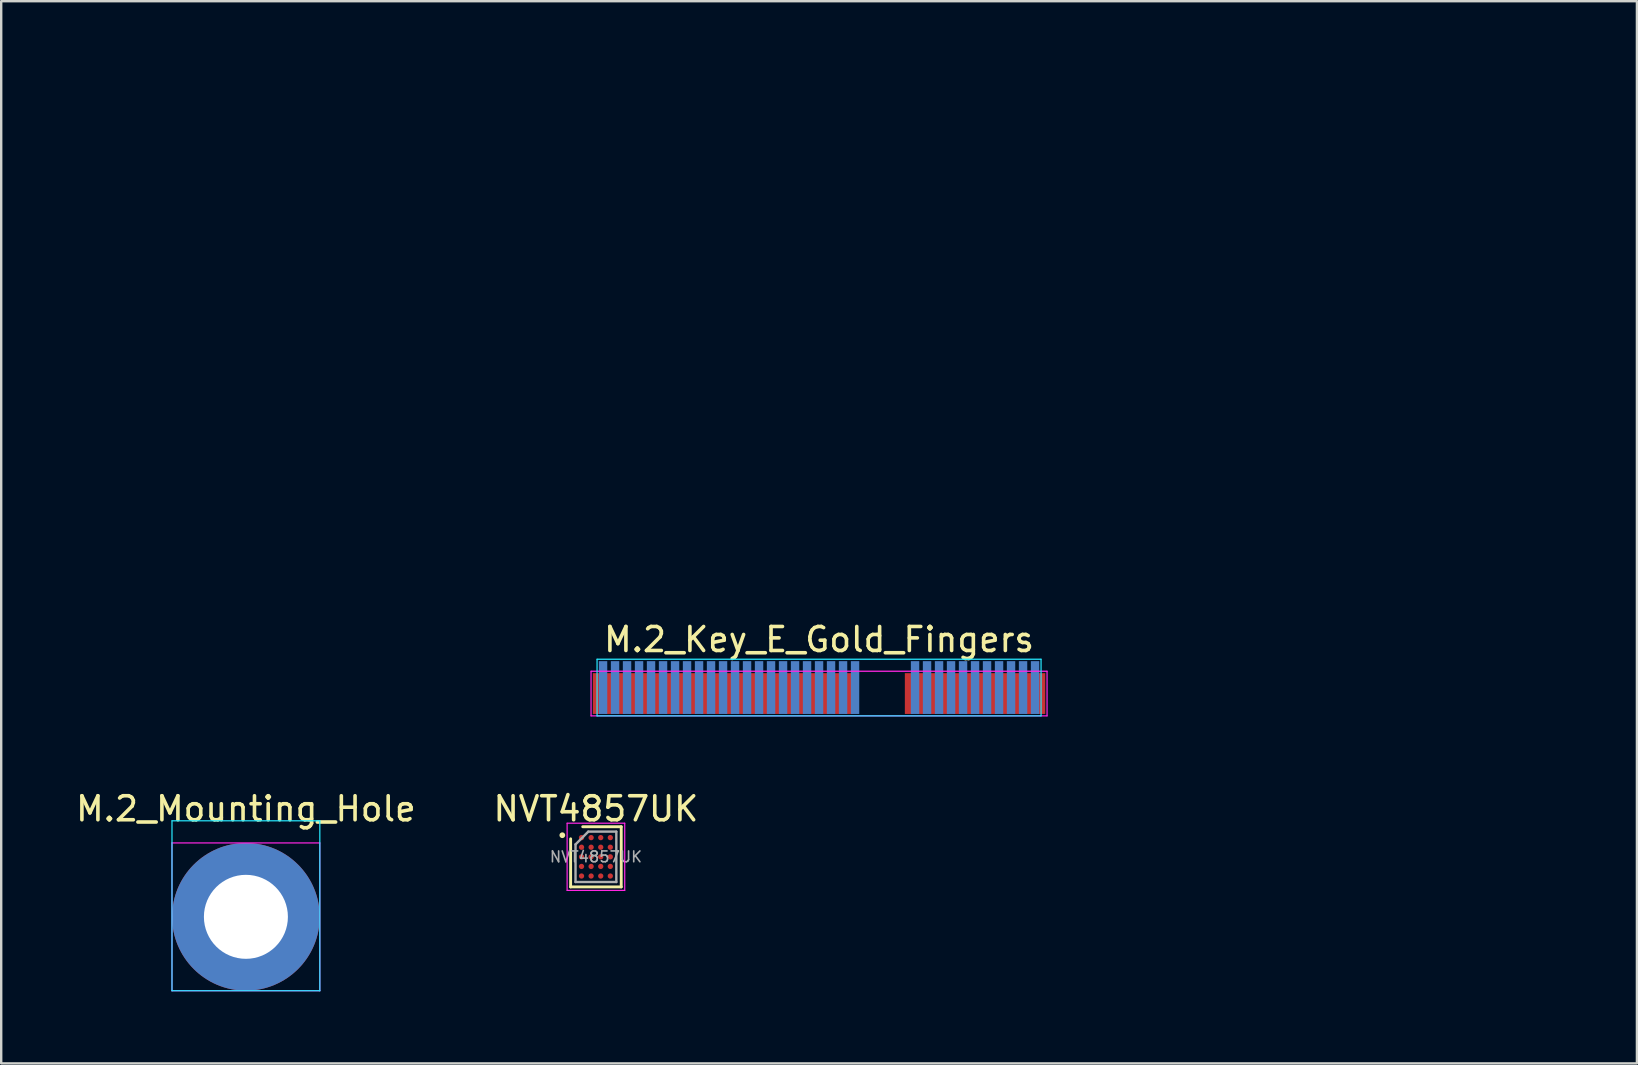
<source format=kicad_pcb>
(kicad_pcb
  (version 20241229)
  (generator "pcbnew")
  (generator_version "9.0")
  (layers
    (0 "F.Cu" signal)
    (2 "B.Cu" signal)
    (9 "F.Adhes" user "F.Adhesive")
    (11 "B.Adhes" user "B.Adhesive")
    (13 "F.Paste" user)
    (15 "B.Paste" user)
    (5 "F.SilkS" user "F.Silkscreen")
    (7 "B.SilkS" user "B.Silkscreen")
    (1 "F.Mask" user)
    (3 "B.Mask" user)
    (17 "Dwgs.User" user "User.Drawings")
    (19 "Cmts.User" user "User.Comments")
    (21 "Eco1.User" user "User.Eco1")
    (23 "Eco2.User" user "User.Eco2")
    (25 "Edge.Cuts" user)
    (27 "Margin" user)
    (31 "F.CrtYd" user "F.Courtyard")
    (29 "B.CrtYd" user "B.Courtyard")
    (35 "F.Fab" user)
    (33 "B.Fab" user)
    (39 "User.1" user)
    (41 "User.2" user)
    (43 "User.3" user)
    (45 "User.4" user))
  (footprint "M.2_Mounting_Hole"
    (layer "F.Cu")
    (at 7.196 35.151)
    (property "Reference" "M.2_Mounting_Hole" (at 0 -4.5 0) (layer "F.SilkS") (effects (font (size 1 1) (thickness 0.15))))
    (attr through_hole)
    (fp_arc (start -2.25 0) (mid 0 -2.25) (end 2.25 0) (stroke (width 1) (type solid)) (layer "F.Mask"))
    (fp_line (start -2.375 -1) (end -2.375 0) (stroke (width 1.25) (type solid)) (layer "B.Mask"))
    (fp_line (start 2.375 -1) (end 2.375 0) (stroke (width 1.25) (type solid)) (layer "B.Mask"))
    (fp_arc (start -2.375 -1) (mid 0 -3.375) (end 2.375 -1) (stroke (width 1.25) (type solid)) (layer "B.Mask"))
    (fp_arc (start -2.25 0) (mid 0 -2.25) (end 2.25 0) (stroke (width 1) (type solid)) (layer "B.Mask"))
    (fp_line (start -3.08 -4) (end 3.08 -4) (stroke (width 0.05) (type default)) (layer "B.CrtYd"))
    (fp_line (start -3.08 3.08) (end -3.08 -4) (stroke (width 0.05) (type default)) (layer "B.CrtYd"))
    (fp_line (start 3.08 -4) (end 3.08 3.08) (stroke (width 0.05) (type default)) (layer "B.CrtYd"))
    (fp_line (start 3.08 3.08) (end -3.08 3.08) (stroke (width 0.05) (type default)) (layer "B.CrtYd"))
    (fp_line (start -3.08 -3.08) (end 3.08 -3.08) (stroke (width 0.05) (type default)) (layer "F.CrtYd"))
    (fp_line (start -3.08 3.08) (end -3.08 -3.08) (stroke (width 0.05) (type default)) (layer "F.CrtYd"))
    (fp_line (start 3.08 -3.08) (end 3.08 3.08) (stroke (width 0.05) (type default)) (layer "F.CrtYd"))
    (fp_line (start 3.08 3.08) (end -3.08 3.08) (stroke (width 0.05) (type default)) (layer "F.CrtYd"))
    (pad "1" thru_hole circle (at 0 0) (size 6.15 6.15) (drill 3.5) (layers "*.Cu" "*.Mask")))
  (footprint "M.2_Key_E_Gold_Fingers"
    (layer "F.Cu")
    (at 31.077 25.848)
    (property "Reference" "M.2_Key_E_Gold_Fingers" (at 0 -2.25 0) (layer "F.SilkS") (effects (font (size 1 1) (thickness 0.15))))
    (attr smd)
    (fp_line (start -9.25 -1.43) (end 9.25 -1.43) (stroke (width 0.05) (type default)) (layer "B.CrtYd"))
    (fp_line (start -9.25 0.93) (end -9.25 -1.43) (stroke (width 0.05) (type default)) (layer "B.CrtYd"))
    (fp_line (start 9.25 -1.43) (end 9.25 0.93) (stroke (width 0.05) (type default)) (layer "B.CrtYd"))
    (fp_line (start 9.25 0.93) (end -9.25 0.93) (stroke (width 0.05) (type default)) (layer "B.CrtYd"))
    (fp_line (start -9.5 -0.93) (end 9.5 -0.93) (stroke (width 0.05) (type default)) (layer "F.CrtYd"))
    (fp_line (start -9.5 0.93) (end -9.5 -0.93) (stroke (width 0.05) (type default)) (layer "F.CrtYd"))
    (fp_line (start 9.5 -0.93) (end 9.5 0.93) (stroke (width 0.05) (type default)) (layer "F.CrtYd"))
    (fp_line (start 9.5 0.93) (end -9.5 0.93) (stroke (width 0.05) (type default)) (layer "F.CrtYd"))
    (fp_text user "width: 0.35mm" (at 0 -21 0) (layer "Eco1.User") (effects (font (size 1 1) (thickness 0.15))))
    (fp_text user "Figure 97 - edge of PCB to far edge of pad 2.0mm top 2.5mm bot" (at 0 -12 0) (layer "Eco1.User") (effects (font (size 1 1) (thickness 0.15))))
    (fp_text user "spacing: 0.15mm" (at 0 -15 0) (layer "Eco1.User") (effects (font (size 1 1) (thickness 0.15))))
    (fp_text user "          - agrees with figures 16 and 17" (at -9.25 -10.5 0) (layer "Eco1.User") (effects (font (size 1 1) (thickness 0.15))))
    (fp_text user "Figure 15 - edge of PCB to close edge of pad 0.3 mm top & bot" (at 0 -8.5 0) (layer "Eco1.User") (effects (font (size 1 1) (thickness 0.15))))
    (fp_text user "height: 1.7mm top (odd), 2.2mm height bot (even)" (at 0 -19 0) (layer "Eco1.User") (effects (font (size 1 1) (thickness 0.15))))
    (fp_text user "Dimensions of pins:" (at 0 -23 0) (layer "Eco1.User") (effects (font (size 1 1) (thickness 0.15))))
    (fp_text user "pitch: 0.5mm" (at 0 -17 0) (layer "Eco1.User") (effects (font (size 1 1) (thickness 0.15))))
    (fp_text user "therefore: 1.7mm height top, 2.2mm height bot" (at 0 -6.5 0) (layer "Eco1.User") (effects (font (size 1 1) (thickness 0.15))))
    (fp_text user "Since the pin height isn't explicitly given anywhere, it needed to be ascertained" (at 0 -25 0) (layer "Eco1.User") (effects (font (size 1 1) (thickness 0.15))))
    (pad "1" smd rect (at 9.25 0 270) (size 1.7 0.35) (layers "F.Cu" "F.Mask"))
    (pad "2" smd rect (at 9 -0.25 270) (size 2.2 0.35) (layers "B.Cu" "B.Mask"))
    (pad "3" smd rect (at 8.75 0 270) (size 1.7 0.35) (layers "F.Cu" "F.Mask"))
    (pad "4" smd rect (at 8.5 -0.25 270) (size 2.2 0.35) (layers "B.Cu" "B.Mask"))
    (pad "5" smd rect (at 8.25 0 270) (size 1.7 0.35) (layers "F.Cu" "F.Mask"))
    (pad "6" smd rect (at 8 -0.25 270) (size 2.2 0.35) (layers "B.Cu" "B.Mask"))
    (pad "7" smd rect (at 7.75 0 270) (size 1.7 0.35) (layers "F.Cu" "F.Mask"))
    (pad "8" smd rect (at 7.5 -0.25 270) (size 2.2 0.35) (layers "B.Cu" "B.Mask"))
    (pad "9" smd rect (at 7.25 0 270) (size 1.7 0.35) (layers "F.Cu" "F.Mask"))
    (pad "10" smd rect (at 7 -0.25 270) (size 2.2 0.35) (layers "B.Cu" "B.Mask"))
    (pad "11" smd rect (at 6.75 0 270) (size 1.7 0.35) (layers "F.Cu" "F.Mask"))
    (pad "12" smd rect (at 6.5 -0.25 270) (size 2.2 0.35) (layers "B.Cu" "B.Mask"))
    (pad "13" smd rect (at 6.25 0 270) (size 1.7 0.35) (layers "F.Cu" "F.Mask"))
    (pad "14" smd rect (at 6 -0.25 270) (size 2.2 0.35) (layers "B.Cu" "B.Mask"))
    (pad "15" smd rect (at 5.75 0 270) (size 1.7 0.35) (layers "F.Cu" "F.Mask"))
    (pad "16" smd rect (at 5.5 -0.25 270) (size 2.2 0.35) (layers "B.Cu" "B.Mask"))
    (pad "17" smd rect (at 5.25 0 270) (size 1.7 0.35) (layers "F.Cu" "F.Mask"))
    (pad "18" smd rect (at 5 -0.25 270) (size 2.2 0.35) (layers "B.Cu" "B.Mask"))
    (pad "19" smd rect (at 4.75 0 270) (size 1.7 0.35) (layers "F.Cu" "F.Mask"))
    (pad "20" smd rect (at 4.5 -0.25 270) (size 2.2 0.35) (layers "B.Cu" "B.Mask"))
    (pad "21" smd rect (at 4.25 0 270) (size 1.7 0.35) (layers "F.Cu" "F.Mask"))
    (pad "22" smd rect (at 4 -0.25 270) (size 2.2 0.35) (layers "B.Cu" "B.Mask"))
    (pad "23" smd rect (at 3.75 0 270) (size 1.7 0.35) (layers "F.Cu" "F.Mask"))
    (pad "32" smd rect (at 1.5 -0.25 270) (size 2.2 0.35) (layers "B.Cu" "B.Mask"))
    (pad "33" smd rect (at 1.25 0 270) (size 1.7 0.35) (layers "F.Cu" "F.Mask"))
    (pad "34" smd rect (at 1 -0.25 270) (size 2.2 0.35) (layers "B.Cu" "B.Mask"))
    (pad "35" smd rect (at 0.75 0 270) (size 1.7 0.35) (layers "F.Cu" "F.Mask"))
    (pad "36" smd rect (at 0.5 -0.25 270) (size 2.2 0.35) (layers "B.Cu" "B.Mask"))
    (pad "37" smd rect (at 0.25 0 270) (size 1.7 0.35) (layers "F.Cu" "F.Mask"))
    (pad "38" smd rect (at 0 -0.25 270) (size 2.2 0.35) (layers "B.Cu" "B.Mask"))
    (pad "39" smd rect (at -0.25 0 270) (size 1.7 0.35) (layers "F.Cu" "F.Mask"))
    (pad "40" smd rect (at -0.5 -0.25 270) (size 2.2 0.35) (layers "B.Cu" "B.Mask"))
    (pad "41" smd rect (at -0.75 0 270) (size 1.7 0.35) (layers "F.Cu" "F.Mask"))
    (pad "42" smd rect (at -1 -0.25 270) (size 2.2 0.35) (layers "B.Cu" "B.Mask"))
    (pad "43" smd rect (at -1.25 0 270) (size 1.7 0.35) (layers "F.Cu" "F.Mask"))
    (pad "44" smd rect (at -1.5 -0.25 270) (size 2.2 0.35) (layers "B.Cu" "B.Mask"))
    (pad "45" smd rect (at -1.75 0 270) (size 1.7 0.35) (layers "F.Cu" "F.Mask"))
    (pad "46" smd rect (at -2 -0.25 270) (size 2.2 0.35) (layers "B.Cu" "B.Mask"))
    (pad "47" smd rect (at -2.25 0 270) (size 1.7 0.35) (layers "F.Cu" "F.Mask"))
    (pad "48" smd rect (at -2.5 -0.25 270) (size 2.2 0.35) (layers "B.Cu" "B.Mask"))
    (pad "49" smd rect (at -2.75 0 270) (size 1.7 0.35) (layers "F.Cu" "F.Mask"))
    (pad "50" smd rect (at -3 -0.25 270) (size 2.2 0.35) (layers "B.Cu" "B.Mask"))
    (pad "51" smd rect (at -3.25 0 270) (size 1.7 0.35) (layers "F.Cu" "F.Mask"))
    (pad "52" smd rect (at -3.5 -0.25 270) (size 2.2 0.35) (layers "B.Cu" "B.Mask"))
    (pad "53" smd rect (at -3.75 0 270) (size 1.7 0.35) (layers "F.Cu" "F.Mask"))
    (pad "54" smd rect (at -4 -0.25 270) (size 2.2 0.35) (layers "B.Cu" "B.Mask"))
    (pad "55" smd rect (at -4.25 0 270) (size 1.7 0.35) (layers "F.Cu" "F.Mask"))
    (pad "56" smd rect (at -4.5 -0.25 270) (size 2.2 0.35) (layers "B.Cu" "B.Mask"))
    (pad "57" smd rect (at -4.75 0 270) (size 1.7 0.35) (layers "F.Cu" "F.Mask"))
    (pad "58" smd rect (at -5 -0.25 270) (size 2.2 0.35) (layers "B.Cu" "B.Mask"))
    (pad "59" smd rect (at -5.25 0 270) (size 1.7 0.35) (layers "F.Cu" "F.Mask"))
    (pad "60" smd rect (at -5.5 -0.25 270) (size 2.2 0.35) (layers "B.Cu" "B.Mask"))
    (pad "61" smd rect (at -5.75 0 270) (size 1.7 0.35) (layers "F.Cu" "F.Mask"))
    (pad "62" smd rect (at -6 -0.25 270) (size 2.2 0.35) (layers "B.Cu" "B.Mask"))
    (pad "63" smd rect (at -6.25 0 270) (size 1.7 0.35) (layers "F.Cu" "F.Mask"))
    (pad "64" smd rect (at -6.5 -0.25 270) (size 2.2 0.35) (layers "B.Cu" "B.Mask"))
    (pad "65" smd rect (at -6.75 0 270) (size 1.7 0.35) (layers "F.Cu" "F.Mask"))
    (pad "66" smd rect (at -7 -0.25 270) (size 2.2 0.35) (layers "B.Cu" "B.Mask"))
    (pad "67" smd rect (at -7.25 0 270) (size 1.7 0.35) (layers "F.Cu" "F.Mask"))
    (pad "68" smd rect (at -7.5 -0.25 270) (size 2.2 0.35) (layers "B.Cu" "B.Mask"))
    (pad "69" smd rect (at -7.75 0 270) (size 1.7 0.35) (layers "F.Cu" "F.Mask"))
    (pad "70" smd rect (at -8 -0.25 270) (size 2.2 0.35) (layers "B.Cu" "B.Mask"))
    (pad "71" smd rect (at -8.25 0 270) (size 1.7 0.35) (layers "F.Cu" "F.Mask"))
    (pad "72" smd rect (at -8.5 -0.25 270) (size 2.2 0.35) (layers "B.Cu" "B.Mask"))
    (pad "73" smd rect (at -8.75 0 270) (size 1.7 0.35) (layers "F.Cu" "F.Mask"))
    (pad "74" smd rect (at -9 -0.25 270) (size 2.2 0.35) (layers "B.Cu" "B.Mask"))
    (pad "75" smd rect (at -9.25 0 270) (size 1.7 0.35) (layers "F.Cu" "F.Mask")))
  (footprint "NVT4857UK"
    (layer "F.Cu")
    (at 21.78 32.651)
    (property "Reference" "NVT4857UK" (at 0 -2 0) (layer "F.SilkS") (effects (font (size 1 1) (thickness 0.15))))
    (attr smd)
    (fp_line (start -1.054 1.254) (end -1.054 -0.75) (stroke (width 0.12) (type solid)) (layer "F.SilkS"))
    (fp_line (start -0.55 -1.254) (end 1.054 -1.254) (stroke (width 0.12) (type solid)) (layer "F.SilkS"))
    (fp_line (start 1.054 -1.254) (end 1.054 1.254) (stroke (width 0.12) (type solid)) (layer "F.SilkS"))
    (fp_line (start 1.054 1.254) (end -1.054 1.254) (stroke (width 0.12) (type solid)) (layer "F.SilkS"))
    (fp_circle (center -1.4 -0.9) (end -1.34 -0.9) (stroke (width 0.12) (type solid)) (fill no) (layer "F.SilkS"))
    (fp_line (start -1.2 -1.4) (end 1.2 -1.4) (stroke (width 0.05) (type solid)) (layer "F.CrtYd"))
    (fp_line (start -1.2 1.4) (end -1.2 -1.4) (stroke (width 0.05) (type solid)) (layer "F.CrtYd"))
    (fp_line (start 1.2 -1.4) (end 1.2 1.4) (stroke (width 0.05) (type solid)) (layer "F.CrtYd"))
    (fp_line (start 1.2 1.4) (end -1.2 1.4) (stroke (width 0.05) (type solid)) (layer "F.CrtYd"))
    (fp_line (start -0.85 -0.518) (end -0.318 -1.05) (stroke (width 0.1) (type solid)) (layer "F.Fab"))
    (fp_line (start -0.85 1.05) (end -0.85 -0.518) (stroke (width 0.1) (type solid)) (layer "F.Fab"))
    (fp_line (start -0.318 -1.05) (end 0.85 -1.05) (stroke (width 0.1) (type solid)) (layer "F.Fab"))
    (fp_line (start 0.85 -1.05) (end 0.85 1.05) (stroke (width 0.1) (type solid)) (layer "F.Fab"))
    (fp_line (start 0.85 1.05) (end -0.85 1.05) (stroke (width 0.1) (type solid)) (layer "F.Fab"))
    (fp_text user "${REFERENCE}" (at 0 0 0) (layer "F.Fab") (effects (font (size 0.45 0.45) (thickness 0.068))))
    (pad "A1" smd circle (at -0.6 -0.8 90) (size 0.221 0.221) (layers "F.Cu" "F.Mask" "F.Paste"))
    (pad "A2" smd circle (at -0.2 -0.8 90) (size 0.221 0.221) (layers "F.Cu" "F.Mask" "F.Paste"))
    (pad "A3" smd circle (at 0.2 -0.8 90) (size 0.221 0.221) (layers "F.Cu" "F.Mask" "F.Paste"))
    (pad "A4" smd circle (at 0.6 -0.8 90) (size 0.221 0.221) (layers "F.Cu" "F.Mask" "F.Paste"))
    (pad "B1" smd circle (at -0.6 -0.4 90) (size 0.221 0.221) (layers "F.Cu" "F.Mask" "F.Paste"))
    (pad "B2" smd circle (at -0.2 -0.4 90) (size 0.221 0.221) (layers "F.Cu" "F.Mask" "F.Paste"))
    (pad "B3" smd circle (at 0.2 -0.4 90) (size 0.221 0.221) (layers "F.Cu" "F.Mask" "F.Paste"))
    (pad "B4" smd circle (at 0.6 -0.4 90) (size 0.221 0.221) (layers "F.Cu" "F.Mask" "F.Paste"))
    (pad "C1" smd circle (at -0.6 0 90) (size 0.221 0.221) (layers "F.Cu" "F.Mask" "F.Paste"))
    (pad "C2" smd circle (at -0.2 0 90) (size 0.221 0.221) (layers "F.Cu" "F.Mask" "F.Paste"))
    (pad "C3" smd circle (at 0.2 0 90) (size 0.221 0.221) (layers "F.Cu" "F.Mask" "F.Paste"))
    (pad "C4" smd circle (at 0.6 0 90) (size 0.221 0.221) (layers "F.Cu" "F.Mask" "F.Paste"))
    (pad "D1" smd circle (at -0.6 0.4 90) (size 0.221 0.221) (layers "F.Cu" "F.Mask" "F.Paste"))
    (pad "D2" smd circle (at -0.2 0.4 90) (size 0.221 0.221) (layers "F.Cu" "F.Mask" "F.Paste"))
    (pad "D3" smd circle (at 0.2 0.4 90) (size 0.221 0.221) (layers "F.Cu" "F.Mask" "F.Paste"))
    (pad "D4" smd circle (at 0.6 0.4 90) (size 0.221 0.221) (layers "F.Cu" "F.Mask" "F.Paste"))
    (pad "E1" smd circle (at -0.6 0.8 90) (size 0.221 0.221) (layers "F.Cu" "F.Mask" "F.Paste"))
    (pad "E2" smd circle (at -0.2 0.8 90) (size 0.221 0.221) (layers "F.Cu" "F.Mask" "F.Paste"))
    (pad "E3" smd circle (at 0.2 0.8 90) (size 0.221 0.221) (layers "F.Cu" "F.Mask" "F.Paste"))
    (pad "E4" smd circle (at 0.6 0.8 90) (size 0.221 0.221) (layers "F.Cu" "F.Mask" "F.Paste")))
  (gr_rect
    (start -3 -3)
    (end 65.155 41.257)
    (stroke (width 0.1) (type default))
    (fill no)
    (layer "Edge.Cuts")))
</source>
